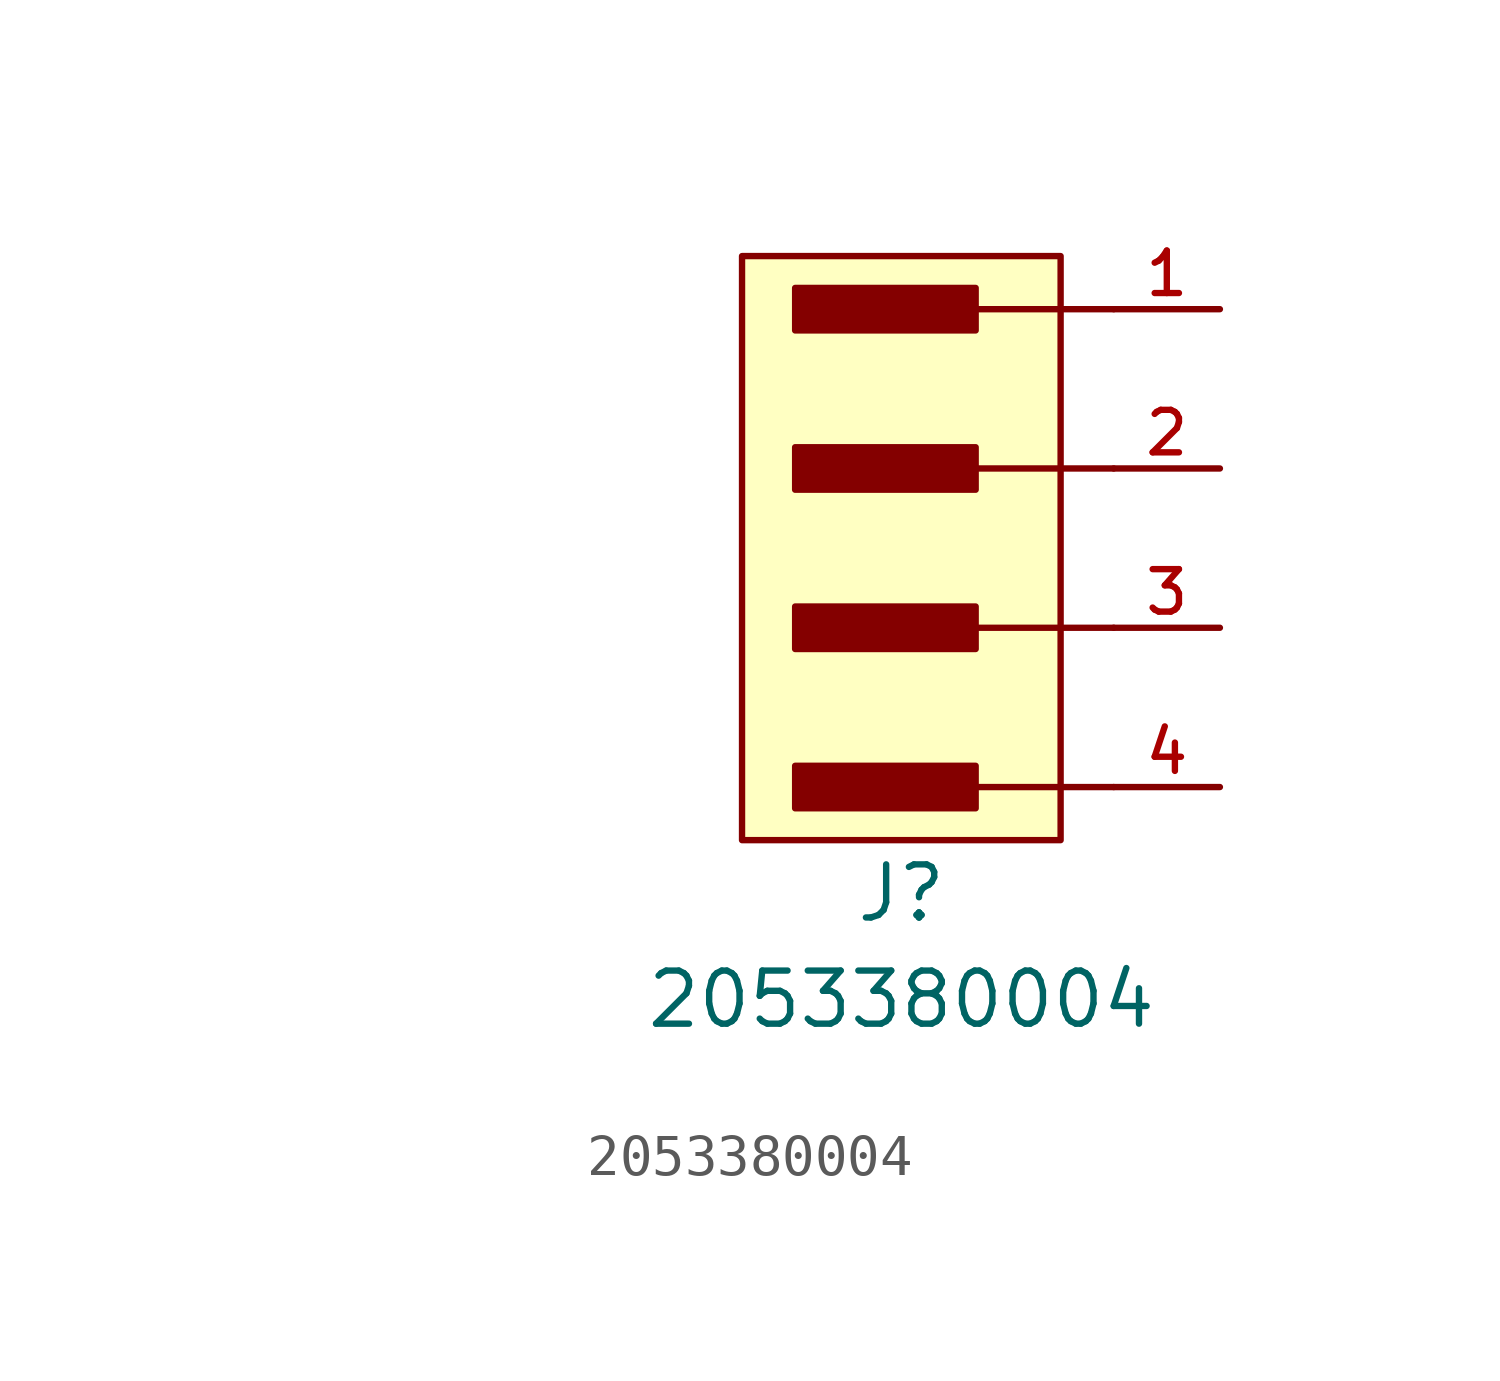
<source format=kicad_sym>
(kicad_symbol_lib
  (version 20220914)
  (generator kicad_symbol_editor)
  (symbol "2053380004"
    (pin_names
      (offset 0))
    (property "Reference" "J"
      (at -11.43 -5.08 0)
      (effects (font (size 1.27 1.27))))
    (property "Value" "2053380004"
      (at -11.43 -7.62 0)
      (effects (font (size 1.27 1.27))))
    (symbol "2053380004_1_1"
      (rectangle (start -15.24 10.16) (end -7.62 -3.81) (stroke (width 0) (type solid)) (fill (type background)))
      (rectangle (start -13.97 -2.032) (end -9.652 -3.048) (stroke (width 0) (type solid)) (fill (type outline)))
      (rectangle (start -13.97 1.778) (end -9.652 0.762) (stroke (width 0) (type solid)) (fill (type outline)))
      (rectangle (start -13.97 5.588) (end -9.652 4.572) (stroke (width 0) (type solid)) (fill (type outline)))
      (rectangle (start -13.97 9.398) (end -9.652 8.382) (stroke (width 0) (type solid)) (fill (type outline)))
      (polyline (pts (xy -11.938 -2.54) (xy -6.35 -2.54)) (stroke (width 0) (type solid)) (fill (type none)))
      (polyline (pts (xy -11.938 1.27) (xy -6.35 1.27)) (stroke (width 0) (type solid)) (fill (type none)))
      (polyline (pts (xy -11.938 5.08) (xy -6.35 5.08)) (stroke (width 0) (type solid)) (fill (type none)))
      (polyline (pts (xy -11.938 8.89) (xy -6.35 8.89)) (stroke (width 0) (type solid)) (fill (type none)))
      (pin passive line (at -3.81 8.89 180) (length 2.54) (name "" (effects (font (size 1.016 1.016)))) (number "1" (effects (font (size 1.016 1.016)))))
      (pin passive line (at -3.81 5.08 180) (length 2.54) (name "" (effects (font (size 1.016 1.016)))) (number "2" (effects (font (size 1.016 1.016)))))
      (pin passive line (at -3.81 1.27 180) (length 2.54) (name "" (effects (font (size 1.016 1.016)))) (number "3" (effects (font (size 1.016 1.016)))))
      (pin passive line (at -3.81 -2.54 180) (length 2.54) (name "" (effects (font (size 1.016 1.016)))) (number "4" (effects (font (size 1.016 1.016)))))
      (pin no_connect line (at -24.13 5.08 180) (length 2.54) hide (name "MNT_1" (effects (font (size 1.016 1.016)))) (number "5" (effects (font (size 1.016 1.016)))))
      (pin no_connect line (at -24.13 1.27 180) (length 2.54) hide (name "MNT_2" (effects (font (size 1.016 1.016)))) (number "6" (effects (font (size 1.016 1.016))))))))
</source>
